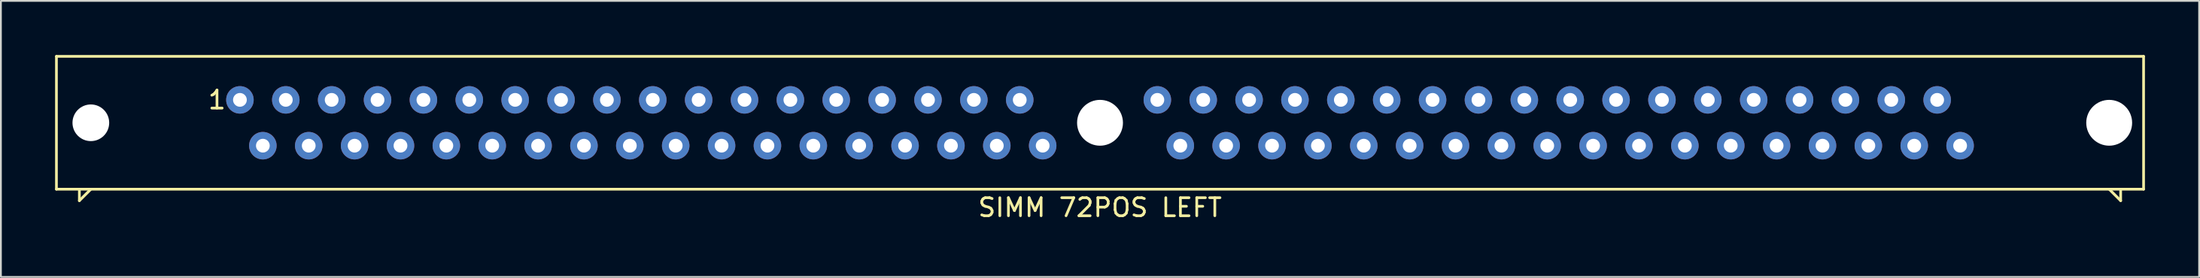
<source format=kicad_pcb>
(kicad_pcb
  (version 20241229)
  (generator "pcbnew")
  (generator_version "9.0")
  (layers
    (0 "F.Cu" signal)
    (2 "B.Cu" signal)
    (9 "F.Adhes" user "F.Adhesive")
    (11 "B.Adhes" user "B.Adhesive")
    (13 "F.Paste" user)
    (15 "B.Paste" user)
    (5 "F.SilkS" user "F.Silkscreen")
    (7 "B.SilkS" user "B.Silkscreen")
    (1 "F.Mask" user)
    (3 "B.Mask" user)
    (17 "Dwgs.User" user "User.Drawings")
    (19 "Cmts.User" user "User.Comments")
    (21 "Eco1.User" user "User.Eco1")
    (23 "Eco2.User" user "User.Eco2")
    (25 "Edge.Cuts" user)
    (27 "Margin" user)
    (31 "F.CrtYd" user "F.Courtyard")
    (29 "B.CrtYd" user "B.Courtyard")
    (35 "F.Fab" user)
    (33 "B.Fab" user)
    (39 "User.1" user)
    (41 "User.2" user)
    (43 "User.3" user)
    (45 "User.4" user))
  (footprint "SIMM 72POS LEFT"
    (layer "F.Cu")
    (at 57.86 3.758)
    (property "Reference" "SIMM 72POS LEFT" (at 0 4.699 0) (layer "F.SilkS") (effects (font (size 1 1) (thickness 0.15))))
    (attr through_hole)
    (fp_line (start -57.785 -3.683) (end -57.785 3.683) (stroke (width 0.15) (type solid)) (layer "F.SilkS"))
    (fp_line (start -57.785 3.683) (end 57.785 3.683) (stroke (width 0.15) (type solid)) (layer "F.SilkS"))
    (fp_line (start -56.515 4.318) (end -56.515 3.683) (stroke (width 0.15) (type solid)) (layer "F.SilkS"))
    (fp_line (start -55.88 3.683) (end -56.515 4.318) (stroke (width 0.15) (type solid)) (layer "F.SilkS"))
    (fp_line (start 55.88 3.683) (end 56.515 4.318) (stroke (width 0.15) (type solid)) (layer "F.SilkS"))
    (fp_line (start 56.515 4.318) (end 56.515 3.683) (stroke (width 0.15) (type solid)) (layer "F.SilkS"))
    (fp_line (start 57.785 -3.683) (end -57.785 -3.683) (stroke (width 0.15) (type solid)) (layer "F.SilkS"))
    (fp_line (start 57.785 3.683) (end 57.785 -3.683) (stroke (width 0.15) (type solid)) (layer "F.SilkS"))
    (fp_text user "1" (at -48.895 -1.27 0) (layer "F.SilkS") (effects (font (size 1 1) (thickness 0.15))))
    (pad "" np_thru_hole circle (at -55.88 0) (size 2.032 2.032) (drill 2.032) (layers "*.Cu" "*.Mask"))
    (pad "" np_thru_hole circle (at 0 0) (size 2.54 2.54) (drill 2.54) (layers "*.Cu" "*.Mask"))
    (pad "" np_thru_hole circle (at 55.88 0) (size 2.54 2.54) (drill 2.54) (layers "*.Cu" "*.Mask"))
    (pad "1" thru_hole circle (at -47.625 -1.27) (size 1.524 1.524) (drill 0.762) (layers "*.Cu" "*.Mask"))
    (pad "2" thru_hole circle (at -46.355 1.27) (size 1.524 1.524) (drill 0.762) (layers "*.Cu" "*.Mask"))
    (pad "3" thru_hole circle (at -45.085 -1.27) (size 1.524 1.524) (drill 0.762) (layers "*.Cu" "*.Mask"))
    (pad "4" thru_hole circle (at -43.815 1.27) (size 1.524 1.524) (drill 0.762) (layers "*.Cu" "*.Mask"))
    (pad "5" thru_hole circle (at -42.545 -1.27) (size 1.524 1.524) (drill 0.762) (layers "*.Cu" "*.Mask"))
    (pad "6" thru_hole circle (at -41.275 1.27) (size 1.524 1.524) (drill 0.762) (layers "*.Cu" "*.Mask"))
    (pad "7" thru_hole circle (at -40.005 -1.27) (size 1.524 1.524) (drill 0.762) (layers "*.Cu" "*.Mask"))
    (pad "8" thru_hole circle (at -38.735 1.27) (size 1.524 1.524) (drill 0.762) (layers "*.Cu" "*.Mask"))
    (pad "9" thru_hole circle (at -37.465 -1.27) (size 1.524 1.524) (drill 0.762) (layers "*.Cu" "*.Mask"))
    (pad "10" thru_hole circle (at -36.195 1.27) (size 1.524 1.524) (drill 0.762) (layers "*.Cu" "*.Mask"))
    (pad "11" thru_hole circle (at -34.925 -1.27) (size 1.524 1.524) (drill 0.762) (layers "*.Cu" "*.Mask"))
    (pad "12" thru_hole circle (at -33.655 1.27) (size 1.524 1.524) (drill 0.762) (layers "*.Cu" "*.Mask"))
    (pad "13" thru_hole circle (at -32.385 -1.27) (size 1.524 1.524) (drill 0.762) (layers "*.Cu" "*.Mask"))
    (pad "14" thru_hole circle (at -31.115 1.27) (size 1.524 1.524) (drill 0.762) (layers "*.Cu" "*.Mask"))
    (pad "15" thru_hole circle (at -29.845 -1.27) (size 1.524 1.524) (drill 0.762) (layers "*.Cu" "*.Mask"))
    (pad "16" thru_hole circle (at -28.575 1.27) (size 1.524 1.524) (drill 0.762) (layers "*.Cu" "*.Mask"))
    (pad "17" thru_hole circle (at -27.305 -1.27) (size 1.524 1.524) (drill 0.762) (layers "*.Cu" "*.Mask"))
    (pad "18" thru_hole circle (at -26.035 1.27) (size 1.524 1.524) (drill 0.762) (layers "*.Cu" "*.Mask"))
    (pad "19" thru_hole circle (at -24.765 -1.27) (size 1.524 1.524) (drill 0.762) (layers "*.Cu" "*.Mask"))
    (pad "20" thru_hole circle (at -23.495 1.27) (size 1.524 1.524) (drill 0.762) (layers "*.Cu" "*.Mask"))
    (pad "21" thru_hole circle (at -22.225 -1.27) (size 1.524 1.524) (drill 0.762) (layers "*.Cu" "*.Mask"))
    (pad "22" thru_hole circle (at -20.955 1.27) (size 1.524 1.524) (drill 0.762) (layers "*.Cu" "*.Mask"))
    (pad "23" thru_hole circle (at -19.685 -1.27) (size 1.524 1.524) (drill 0.762) (layers "*.Cu" "*.Mask"))
    (pad "24" thru_hole circle (at -18.415 1.27) (size 1.524 1.524) (drill 0.762) (layers "*.Cu" "*.Mask"))
    (pad "25" thru_hole circle (at -17.145 -1.27) (size 1.524 1.524) (drill 0.762) (layers "*.Cu" "*.Mask"))
    (pad "26" thru_hole circle (at -15.875 1.27) (size 1.524 1.524) (drill 0.762) (layers "*.Cu" "*.Mask"))
    (pad "27" thru_hole circle (at -14.605 -1.27) (size 1.524 1.524) (drill 0.762) (layers "*.Cu" "*.Mask"))
    (pad "28" thru_hole circle (at -13.335 1.27) (size 1.524 1.524) (drill 0.762) (layers "*.Cu" "*.Mask"))
    (pad "29" thru_hole circle (at -12.065 -1.27) (size 1.524 1.524) (drill 0.762) (layers "*.Cu" "*.Mask"))
    (pad "30" thru_hole circle (at -10.795 1.27) (size 1.524 1.524) (drill 0.762) (layers "*.Cu" "*.Mask"))
    (pad "31" thru_hole circle (at -9.525 -1.27) (size 1.524 1.524) (drill 0.762) (layers "*.Cu" "*.Mask"))
    (pad "32" thru_hole circle (at -8.255 1.27) (size 1.524 1.524) (drill 0.762) (layers "*.Cu" "*.Mask"))
    (pad "33" thru_hole circle (at -6.985 -1.27) (size 1.524 1.524) (drill 0.762) (layers "*.Cu" "*.Mask"))
    (pad "34" thru_hole circle (at -5.715 1.27) (size 1.524 1.524) (drill 0.762) (layers "*.Cu" "*.Mask"))
    (pad "35" thru_hole circle (at -4.445 -1.27) (size 1.524 1.524) (drill 0.762) (layers "*.Cu" "*.Mask"))
    (pad "36" thru_hole circle (at -3.175 1.27) (size 1.524 1.524) (drill 0.762) (layers "*.Cu" "*.Mask"))
    (pad "37" thru_hole circle (at 3.175 -1.27) (size 1.524 1.524) (drill 0.762) (layers "*.Cu" "*.Mask"))
    (pad "38" thru_hole circle (at 4.445 1.27) (size 1.524 1.524) (drill 0.762) (layers "*.Cu" "*.Mask"))
    (pad "39" thru_hole circle (at 5.715 -1.27) (size 1.524 1.524) (drill 0.762) (layers "*.Cu" "*.Mask"))
    (pad "40" thru_hole circle (at 6.985 1.27) (size 1.524 1.524) (drill 0.762) (layers "*.Cu" "*.Mask"))
    (pad "41" thru_hole circle (at 8.255 -1.27) (size 1.524 1.524) (drill 0.762) (layers "*.Cu" "*.Mask"))
    (pad "42" thru_hole circle (at 9.525 1.27) (size 1.524 1.524) (drill 0.762) (layers "*.Cu" "*.Mask"))
    (pad "43" thru_hole circle (at 10.795 -1.27) (size 1.524 1.524) (drill 0.762) (layers "*.Cu" "*.Mask"))
    (pad "44" thru_hole circle (at 12.065 1.27) (size 1.524 1.524) (drill 0.762) (layers "*.Cu" "*.Mask"))
    (pad "45" thru_hole circle (at 13.335 -1.27) (size 1.524 1.524) (drill 0.762) (layers "*.Cu" "*.Mask"))
    (pad "46" thru_hole circle (at 14.605 1.27) (size 1.524 1.524) (drill 0.762) (layers "*.Cu" "*.Mask"))
    (pad "47" thru_hole circle (at 15.875 -1.27) (size 1.524 1.524) (drill 0.762) (layers "*.Cu" "*.Mask"))
    (pad "48" thru_hole circle (at 17.145 1.27) (size 1.524 1.524) (drill 0.762) (layers "*.Cu" "*.Mask"))
    (pad "49" thru_hole circle (at 18.415 -1.27) (size 1.524 1.524) (drill 0.762) (layers "*.Cu" "*.Mask"))
    (pad "50" thru_hole circle (at 19.685 1.27) (size 1.524 1.524) (drill 0.762) (layers "*.Cu" "*.Mask"))
    (pad "51" thru_hole circle (at 20.955 -1.27) (size 1.524 1.524) (drill 0.762) (layers "*.Cu" "*.Mask"))
    (pad "52" thru_hole circle (at 22.225 1.27) (size 1.524 1.524) (drill 0.762) (layers "*.Cu" "*.Mask"))
    (pad "53" thru_hole circle (at 23.495 -1.27) (size 1.524 1.524) (drill 0.762) (layers "*.Cu" "*.Mask"))
    (pad "54" thru_hole circle (at 24.765 1.27) (size 1.524 1.524) (drill 0.762) (layers "*.Cu" "*.Mask"))
    (pad "55" thru_hole circle (at 26.035 -1.27) (size 1.524 1.524) (drill 0.762) (layers "*.Cu" "*.Mask"))
    (pad "56" thru_hole circle (at 27.305 1.27) (size 1.524 1.524) (drill 0.762) (layers "*.Cu" "*.Mask"))
    (pad "57" thru_hole circle (at 28.575 -1.27) (size 1.524 1.524) (drill 0.762) (layers "*.Cu" "*.Mask"))
    (pad "58" thru_hole circle (at 29.845 1.27) (size 1.524 1.524) (drill 0.762) (layers "*.Cu" "*.Mask"))
    (pad "59" thru_hole circle (at 31.115 -1.27) (size 1.524 1.524) (drill 0.762) (layers "*.Cu" "*.Mask"))
    (pad "60" thru_hole circle (at 32.385 1.27) (size 1.524 1.524) (drill 0.762) (layers "*.Cu" "*.Mask"))
    (pad "61" thru_hole circle (at 33.655 -1.27) (size 1.524 1.524) (drill 0.762) (layers "*.Cu" "*.Mask"))
    (pad "62" thru_hole circle (at 34.925 1.27) (size 1.524 1.524) (drill 0.762) (layers "*.Cu" "*.Mask"))
    (pad "63" thru_hole circle (at 36.195 -1.27) (size 1.524 1.524) (drill 0.762) (layers "*.Cu" "*.Mask"))
    (pad "64" thru_hole circle (at 37.465 1.27) (size 1.524 1.524) (drill 0.762) (layers "*.Cu" "*.Mask"))
    (pad "65" thru_hole circle (at 38.735 -1.27) (size 1.524 1.524) (drill 0.762) (layers "*.Cu" "*.Mask"))
    (pad "66" thru_hole circle (at 40.005 1.27) (size 1.524 1.524) (drill 0.762) (layers "*.Cu" "*.Mask"))
    (pad "67" thru_hole circle (at 41.275 -1.27) (size 1.524 1.524) (drill 0.762) (layers "*.Cu" "*.Mask"))
    (pad "68" thru_hole circle (at 42.545 1.27) (size 1.524 1.524) (drill 0.762) (layers "*.Cu" "*.Mask"))
    (pad "69" thru_hole circle (at 43.815 -1.27) (size 1.524 1.524) (drill 0.762) (layers "*.Cu" "*.Mask"))
    (pad "70" thru_hole circle (at 45.085 1.27) (size 1.524 1.524) (drill 0.762) (layers "*.Cu" "*.Mask"))
    (pad "71" thru_hole circle (at 46.355 -1.27) (size 1.524 1.524) (drill 0.762) (layers "*.Cu" "*.Mask"))
    (pad "72" thru_hole circle (at 47.625 1.27) (size 1.524 1.524) (drill 0.762) (layers "*.Cu" "*.Mask")))
  (gr_rect
    (start -3 -3)
    (end 118.72 12.305)
    (stroke (width 0.1) (type default))
    (fill no)
    (layer "Edge.Cuts")))
</source>
